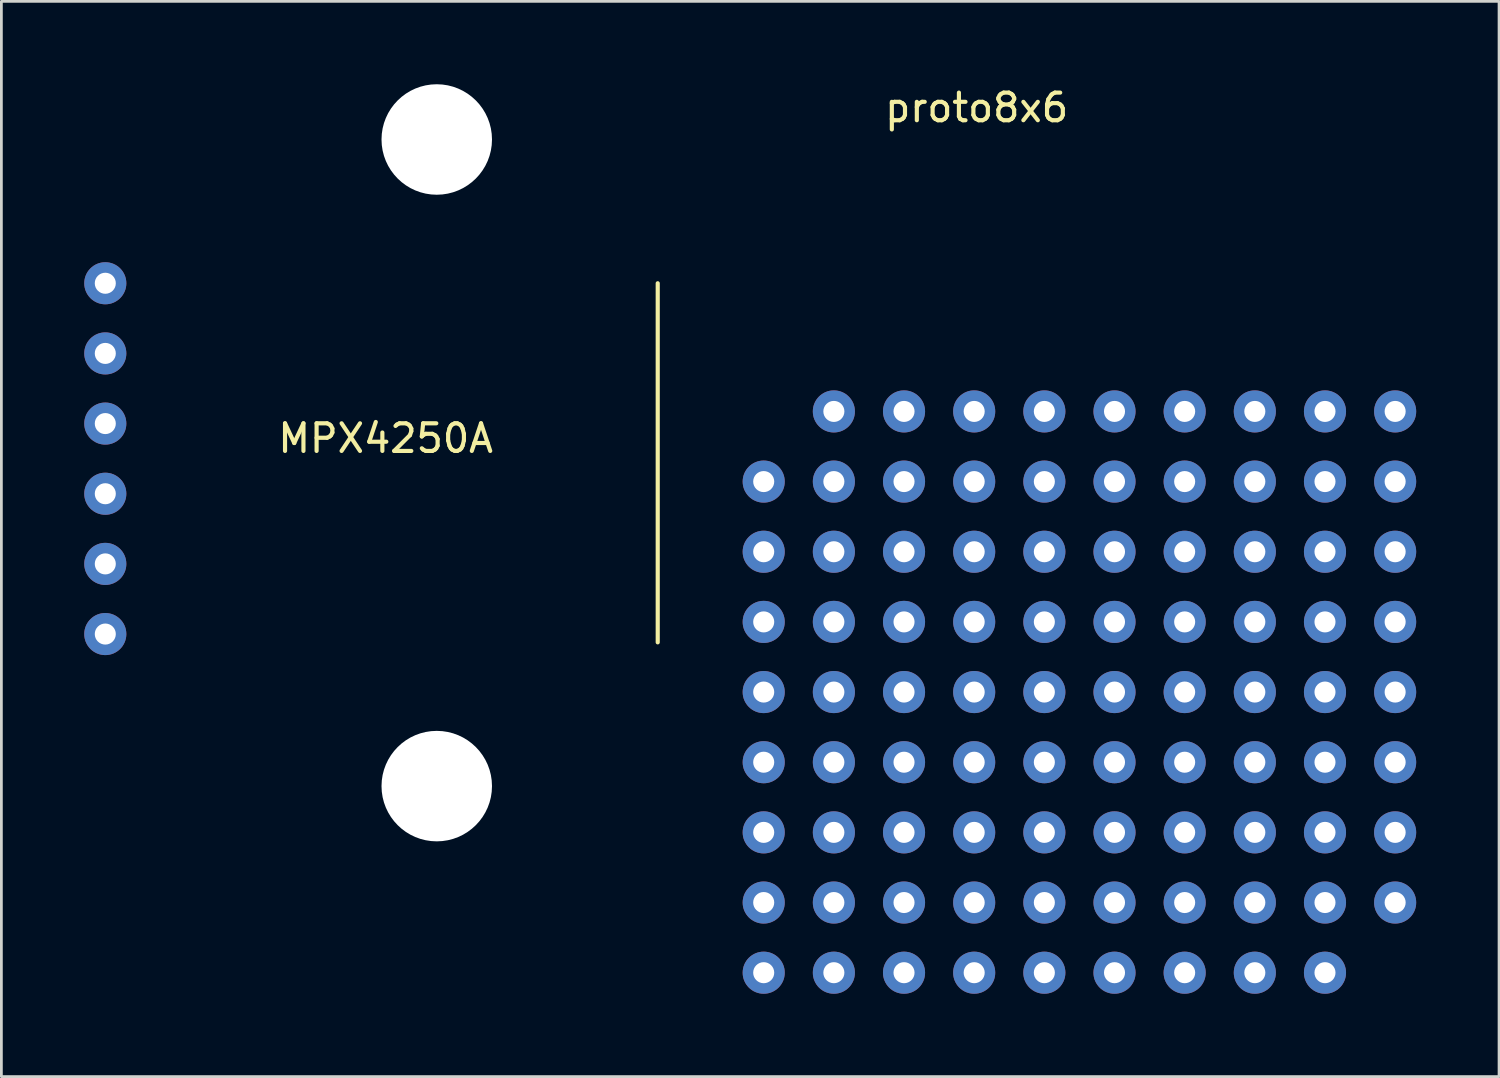
<source format=kicad_pcb>
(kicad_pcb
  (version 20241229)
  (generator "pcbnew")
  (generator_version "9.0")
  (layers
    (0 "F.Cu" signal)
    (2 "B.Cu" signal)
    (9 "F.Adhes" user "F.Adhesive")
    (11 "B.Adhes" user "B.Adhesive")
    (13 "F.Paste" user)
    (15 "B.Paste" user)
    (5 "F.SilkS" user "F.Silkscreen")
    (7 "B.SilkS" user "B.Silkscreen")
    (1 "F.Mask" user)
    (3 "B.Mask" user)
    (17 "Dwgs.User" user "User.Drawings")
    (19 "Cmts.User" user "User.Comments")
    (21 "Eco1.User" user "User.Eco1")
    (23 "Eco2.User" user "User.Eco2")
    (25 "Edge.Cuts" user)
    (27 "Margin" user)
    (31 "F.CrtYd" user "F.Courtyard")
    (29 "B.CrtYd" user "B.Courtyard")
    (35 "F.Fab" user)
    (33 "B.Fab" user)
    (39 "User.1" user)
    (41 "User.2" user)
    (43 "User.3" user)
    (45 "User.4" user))
  (footprint "proto8x6"
    (layer "F.Cu")
    (at 32.219 11.845)
    (property "Reference" "proto8x6" (at 0.09 -10.997 0) (layer "F.SilkS") (effects (font (size 1 1) (thickness 0.15))))
    (attr through_hole)
    (pad "1" thru_hole circle (at 2.54 0) (size 1.524 1.524) (drill 0.762) (layers "*.Cu" "*.Mask"))
    (pad "2" thru_hole circle (at 5.08 0) (size 1.524 1.524) (drill 0.762) (layers "*.Cu" "*.Mask"))
    (pad "3" thru_hole circle (at 7.62 0) (size 1.524 1.524) (drill 0.762) (layers "*.Cu" "*.Mask"))
    (pad "4" thru_hole circle (at 10.16 0) (size 1.524 1.524) (drill 0.762) (layers "*.Cu" "*.Mask"))
    (pad "5" thru_hole circle (at 12.7 0) (size 1.524 1.524) (drill 0.762) (layers "*.Cu" "*.Mask"))
    (pad "6" thru_hole circle (at 15.24 0) (size 1.524 1.524) (drill 0.762) (layers "*.Cu" "*.Mask"))
    (pad "7" thru_hole circle (at 15.24 2.54) (size 1.524 1.524) (drill 0.762) (layers "*.Cu" "*.Mask"))
    (pad "8" thru_hole circle (at 15.24 5.08) (size 1.524 1.524) (drill 0.762) (layers "*.Cu" "*.Mask"))
    (pad "9" thru_hole circle (at 15.24 7.62) (size 1.524 1.524) (drill 0.762) (layers "*.Cu" "*.Mask"))
    (pad "10" thru_hole circle (at 15.24 10.16) (size 1.524 1.524) (drill 0.762) (layers "*.Cu" "*.Mask"))
    (pad "11" thru_hole circle (at 15.24 12.7) (size 1.524 1.524) (drill 0.762) (layers "*.Cu" "*.Mask"))
    (pad "12" thru_hole circle (at 15.24 15.24) (size 1.524 1.524) (drill 0.762) (layers "*.Cu" "*.Mask"))
    (pad "13" thru_hole circle (at 15.24 17.78) (size 1.524 1.524) (drill 0.762) (layers "*.Cu" "*.Mask"))
    (pad "14" thru_hole circle (at 12.7 20.32) (size 1.524 1.524) (drill 0.762) (layers "*.Cu" "*.Mask"))
    (pad "15" thru_hole circle (at 10.16 20.32) (size 1.524 1.524) (drill 0.762) (layers "*.Cu" "*.Mask"))
    (pad "16" thru_hole circle (at 7.62 20.32) (size 1.524 1.524) (drill 0.762) (layers "*.Cu" "*.Mask"))
    (pad "17" thru_hole circle (at 5.08 20.32) (size 1.524 1.524) (drill 0.762) (layers "*.Cu" "*.Mask"))
    (pad "18" thru_hole circle (at 2.54 20.32) (size 1.524 1.524) (drill 0.762) (layers "*.Cu" "*.Mask"))
    (pad "19" thru_hole circle (at 0 20.32) (size 1.524 1.524) (drill 0.762) (layers "*.Cu" "*.Mask"))
    (pad "20" thru_hole circle (at 0 17.78) (size 1.524 1.524) (drill 0.762) (layers "*.Cu" "*.Mask"))
    (pad "21" thru_hole circle (at 0 15.24) (size 1.524 1.524) (drill 0.762) (layers "*.Cu" "*.Mask"))
    (pad "22" thru_hole circle (at 0 12.7) (size 1.524 1.524) (drill 0.762) (layers "*.Cu" "*.Mask"))
    (pad "23" thru_hole circle (at 0 10.16) (size 1.524 1.524) (drill 0.762) (layers "*.Cu" "*.Mask"))
    (pad "24" thru_hole circle (at 0 7.62) (size 1.524 1.524) (drill 0.762) (layers "*.Cu" "*.Mask"))
    (pad "25" thru_hole circle (at 0 5.08) (size 1.524 1.524) (drill 0.762) (layers "*.Cu" "*.Mask"))
    (pad "26" thru_hole circle (at 0 2.54) (size 1.524 1.524) (drill 0.762) (layers "*.Cu" "*.Mask"))
    (pad "27" thru_hole circle (at 2.54 2.54) (size 1.524 1.524) (drill 0.762) (layers "*.Cu" "*.Mask"))
    (pad "28" thru_hole circle (at 5.08 2.54) (size 1.524 1.524) (drill 0.762) (layers "*.Cu" "*.Mask"))
    (pad "29" thru_hole circle (at 7.62 2.54) (size 1.524 1.524) (drill 0.762) (layers "*.Cu" "*.Mask"))
    (pad "30" thru_hole circle (at 10.16 2.54) (size 1.524 1.524) (drill 0.762) (layers "*.Cu" "*.Mask"))
    (pad "31" thru_hole circle (at 12.7 2.54) (size 1.524 1.524) (drill 0.762) (layers "*.Cu" "*.Mask"))
    (pad "32" thru_hole circle (at 12.7 5.08) (size 1.524 1.524) (drill 0.762) (layers "*.Cu" "*.Mask"))
    (pad "33" thru_hole circle (at 10.16 5.08) (size 1.524 1.524) (drill 0.762) (layers "*.Cu" "*.Mask"))
    (pad "34" thru_hole circle (at 7.62 5.08) (size 1.524 1.524) (drill 0.762) (layers "*.Cu" "*.Mask"))
    (pad "35" thru_hole circle (at 5.08 5.08) (size 1.524 1.524) (drill 0.762) (layers "*.Cu" "*.Mask"))
    (pad "36" thru_hole circle (at 2.54 5.08) (size 1.524 1.524) (drill 0.762) (layers "*.Cu" "*.Mask"))
    (pad "37" thru_hole circle (at 2.54 7.62) (size 1.524 1.524) (drill 0.762) (layers "*.Cu" "*.Mask"))
    (pad "38" thru_hole circle (at 5.08 7.62) (size 1.524 1.524) (drill 0.762) (layers "*.Cu" "*.Mask"))
    (pad "39" thru_hole circle (at 7.62 7.62) (size 1.524 1.524) (drill 0.762) (layers "*.Cu" "*.Mask"))
    (pad "40" thru_hole circle (at 10.16 7.62) (size 1.524 1.524) (drill 0.762) (layers "*.Cu" "*.Mask"))
    (pad "41" thru_hole circle (at 12.7 7.62) (size 1.524 1.524) (drill 0.762) (layers "*.Cu" "*.Mask"))
    (pad "42" thru_hole circle (at 12.7 10.16) (size 1.524 1.524) (drill 0.762) (layers "*.Cu" "*.Mask"))
    (pad "43" thru_hole circle (at 10.16 10.16) (size 1.524 1.524) (drill 0.762) (layers "*.Cu" "*.Mask"))
    (pad "44" thru_hole circle (at 7.62 10.16) (size 1.524 1.524) (drill 0.762) (layers "*.Cu" "*.Mask"))
    (pad "45" thru_hole circle (at 5.08 10.16) (size 1.524 1.524) (drill 0.762) (layers "*.Cu" "*.Mask"))
    (pad "46" thru_hole circle (at 2.54 10.16) (size 1.524 1.524) (drill 0.762) (layers "*.Cu" "*.Mask"))
    (pad "47" thru_hole circle (at 2.54 12.7) (size 1.524 1.524) (drill 0.762) (layers "*.Cu" "*.Mask"))
    (pad "48" thru_hole circle (at 5.08 12.7) (size 1.524 1.524) (drill 0.762) (layers "*.Cu" "*.Mask"))
    (pad "49" thru_hole circle (at 7.62 12.7) (size 1.524 1.524) (drill 0.762) (layers "*.Cu" "*.Mask"))
    (pad "50" thru_hole circle (at 10.16 12.7) (size 1.524 1.524) (drill 0.762) (layers "*.Cu" "*.Mask"))
    (pad "51" thru_hole circle (at 12.7 12.7) (size 1.524 1.524) (drill 0.762) (layers "*.Cu" "*.Mask"))
    (pad "52" thru_hole circle (at 12.7 15.24) (size 1.524 1.524) (drill 0.762) (layers "*.Cu" "*.Mask"))
    (pad "53" thru_hole circle (at 10.16 15.24) (size 1.524 1.524) (drill 0.762) (layers "*.Cu" "*.Mask"))
    (pad "54" thru_hole circle (at 7.62 15.24) (size 1.524 1.524) (drill 0.762) (layers "*.Cu" "*.Mask"))
    (pad "55" thru_hole circle (at 5.08 15.24) (size 1.524 1.524) (drill 0.762) (layers "*.Cu" "*.Mask"))
    (pad "56" thru_hole circle (at 2.54 15.24) (size 1.524 1.524) (drill 0.762) (layers "*.Cu" "*.Mask"))
    (pad "57" thru_hole circle (at 5.08 17.78) (size 1.524 1.524) (drill 0.762) (layers "*.Cu" "*.Mask"))
    (pad "58" thru_hole circle (at 2.54 17.78) (size 1.524 1.524) (drill 0.762) (layers "*.Cu" "*.Mask"))
    (pad "59" thru_hole circle (at 7.62 17.78) (size 1.524 1.524) (drill 0.762) (layers "*.Cu" "*.Mask"))
    (pad "60" thru_hole circle (at 10.16 17.78) (size 1.524 1.524) (drill 0.762) (layers "*.Cu" "*.Mask"))
    (pad "61" thru_hole circle (at 12.7 17.78) (size 1.524 1.524) (drill 0.762) (layers "*.Cu" "*.Mask"))
    (pad "62" thru_hole circle (at -2.54 20.32) (size 1.524 1.524) (drill 0.762) (layers "*.Cu" "*.Mask"))
    (pad "63" thru_hole circle (at -5.08 20.32) (size 1.524 1.524) (drill 0.762) (layers "*.Cu" "*.Mask"))
    (pad "64" thru_hole circle (at -7.62 20.32) (size 1.524 1.524) (drill 0.762) (layers "*.Cu" "*.Mask"))
    (pad "65" thru_hole circle (at -7.62 17.78) (size 1.524 1.524) (drill 0.762) (layers "*.Cu" "*.Mask"))
    (pad "66" thru_hole circle (at -5.08 17.78) (size 1.524 1.524) (drill 0.762) (layers "*.Cu" "*.Mask"))
    (pad "67" thru_hole circle (at -2.54 17.78) (size 1.524 1.524) (drill 0.762) (layers "*.Cu" "*.Mask"))
    (pad "68" thru_hole circle (at -2.54 15.24) (size 1.524 1.524) (drill 0.762) (layers "*.Cu" "*.Mask"))
    (pad "69" thru_hole circle (at -5.08 15.24) (size 1.524 1.524) (drill 0.762) (layers "*.Cu" "*.Mask"))
    (pad "70" thru_hole circle (at -7.62 15.24) (size 1.524 1.524) (drill 0.762) (layers "*.Cu" "*.Mask"))
    (pad "71" thru_hole circle (at -7.62 12.7) (size 1.524 1.524) (drill 0.762) (layers "*.Cu" "*.Mask"))
    (pad "72" thru_hole circle (at -5.08 12.7) (size 1.524 1.524) (drill 0.762) (layers "*.Cu" "*.Mask"))
    (pad "73" thru_hole circle (at -2.54 12.7) (size 1.524 1.524) (drill 0.762) (layers "*.Cu" "*.Mask"))
    (pad "74" thru_hole circle (at -2.54 10.16) (size 1.524 1.524) (drill 0.762) (layers "*.Cu" "*.Mask"))
    (pad "75" thru_hole circle (at -5.08 10.16) (size 1.524 1.524) (drill 0.762) (layers "*.Cu" "*.Mask"))
    (pad "76" thru_hole circle (at -7.62 10.16) (size 1.524 1.524) (drill 0.762) (layers "*.Cu" "*.Mask"))
    (pad "77" thru_hole circle (at -7.62 7.62) (size 1.524 1.524) (drill 0.762) (layers "*.Cu" "*.Mask"))
    (pad "78" thru_hole circle (at -5.08 7.62) (size 1.524 1.524) (drill 0.762) (layers "*.Cu" "*.Mask"))
    (pad "79" thru_hole circle (at -2.54 7.62) (size 1.524 1.524) (drill 0.762) (layers "*.Cu" "*.Mask"))
    (pad "80" thru_hole circle (at -2.54 5.08) (size 1.524 1.524) (drill 0.762) (layers "*.Cu" "*.Mask"))
    (pad "81" thru_hole circle (at -5.08 5.08) (size 1.524 1.524) (drill 0.762) (layers "*.Cu" "*.Mask"))
    (pad "82" thru_hole circle (at -7.62 5.08) (size 1.524 1.524) (drill 0.762) (layers "*.Cu" "*.Mask"))
    (pad "83" thru_hole circle (at -7.62 2.54) (size 1.524 1.524) (drill 0.762) (layers "*.Cu" "*.Mask"))
    (pad "84" thru_hole circle (at -5.08 2.54) (size 1.524 1.524) (drill 0.762) (layers "*.Cu" "*.Mask"))
    (pad "85" thru_hole circle (at -2.54 2.54) (size 1.524 1.524) (drill 0.762) (layers "*.Cu" "*.Mask"))
    (pad "86" thru_hole circle (at 0 0) (size 1.524 1.524) (drill 0.762) (layers "*.Cu" "*.Mask"))
    (pad "87" thru_hole circle (at -2.54 0) (size 1.524 1.524) (drill 0.762) (layers "*.Cu" "*.Mask"))
    (pad "88" thru_hole circle (at -5.08 0) (size 1.524 1.524) (drill 0.762) (layers "*.Cu" "*.Mask")))
  (footprint "MPX4250A"
    (layer "F.Cu")
    (at 0.762 7.205)
    (property "Reference" "MPX4250A" (at 10.15 5.615 0) (layer "F.SilkS") (effects (font (size 1 1) (thickness 0.15))))
    (attr through_hole)
    (fp_line (start 20 0) (end 20 13) (stroke (width 0.15) (type solid)) (layer "F.SilkS"))
    (pad "" np_thru_hole circle (at 12 -5.205) (size 4 4) (drill 4) (layers "*.Cu" "*.Mask"))
    (pad "" np_thru_hole circle (at 12 18.205) (size 4 4) (drill 4) (layers "*.Cu" "*.Mask"))
    (pad "1" thru_hole circle (at 0 12.7) (size 1.524 1.524) (drill 0.762) (layers "*.Cu" "*.Mask"))
    (pad "2" thru_hole circle (at 0 10.16) (size 1.524 1.524) (drill 0.762) (layers "*.Cu" "*.Mask"))
    (pad "3" thru_hole circle (at 0 7.62) (size 1.524 1.524) (drill 0.762) (layers "*.Cu" "*.Mask"))
    (pad "4" thru_hole circle (at 0 5.08) (size 1.524 1.524) (drill 0.762) (layers "*.Cu" "*.Mask"))
    (pad "5" thru_hole circle (at 0 2.54) (size 1.524 1.524) (drill 0.762) (layers "*.Cu" "*.Mask"))
    (pad "6" thru_hole circle (at 0 0) (size 1.524 1.524) (drill 0.762) (layers "*.Cu" "*.Mask")))
  (gr_rect
    (start -3 -3)
    (end 51.221 35.927)
    (stroke (width 0.1) (type default))
    (fill no)
    (layer "Edge.Cuts")))
</source>
